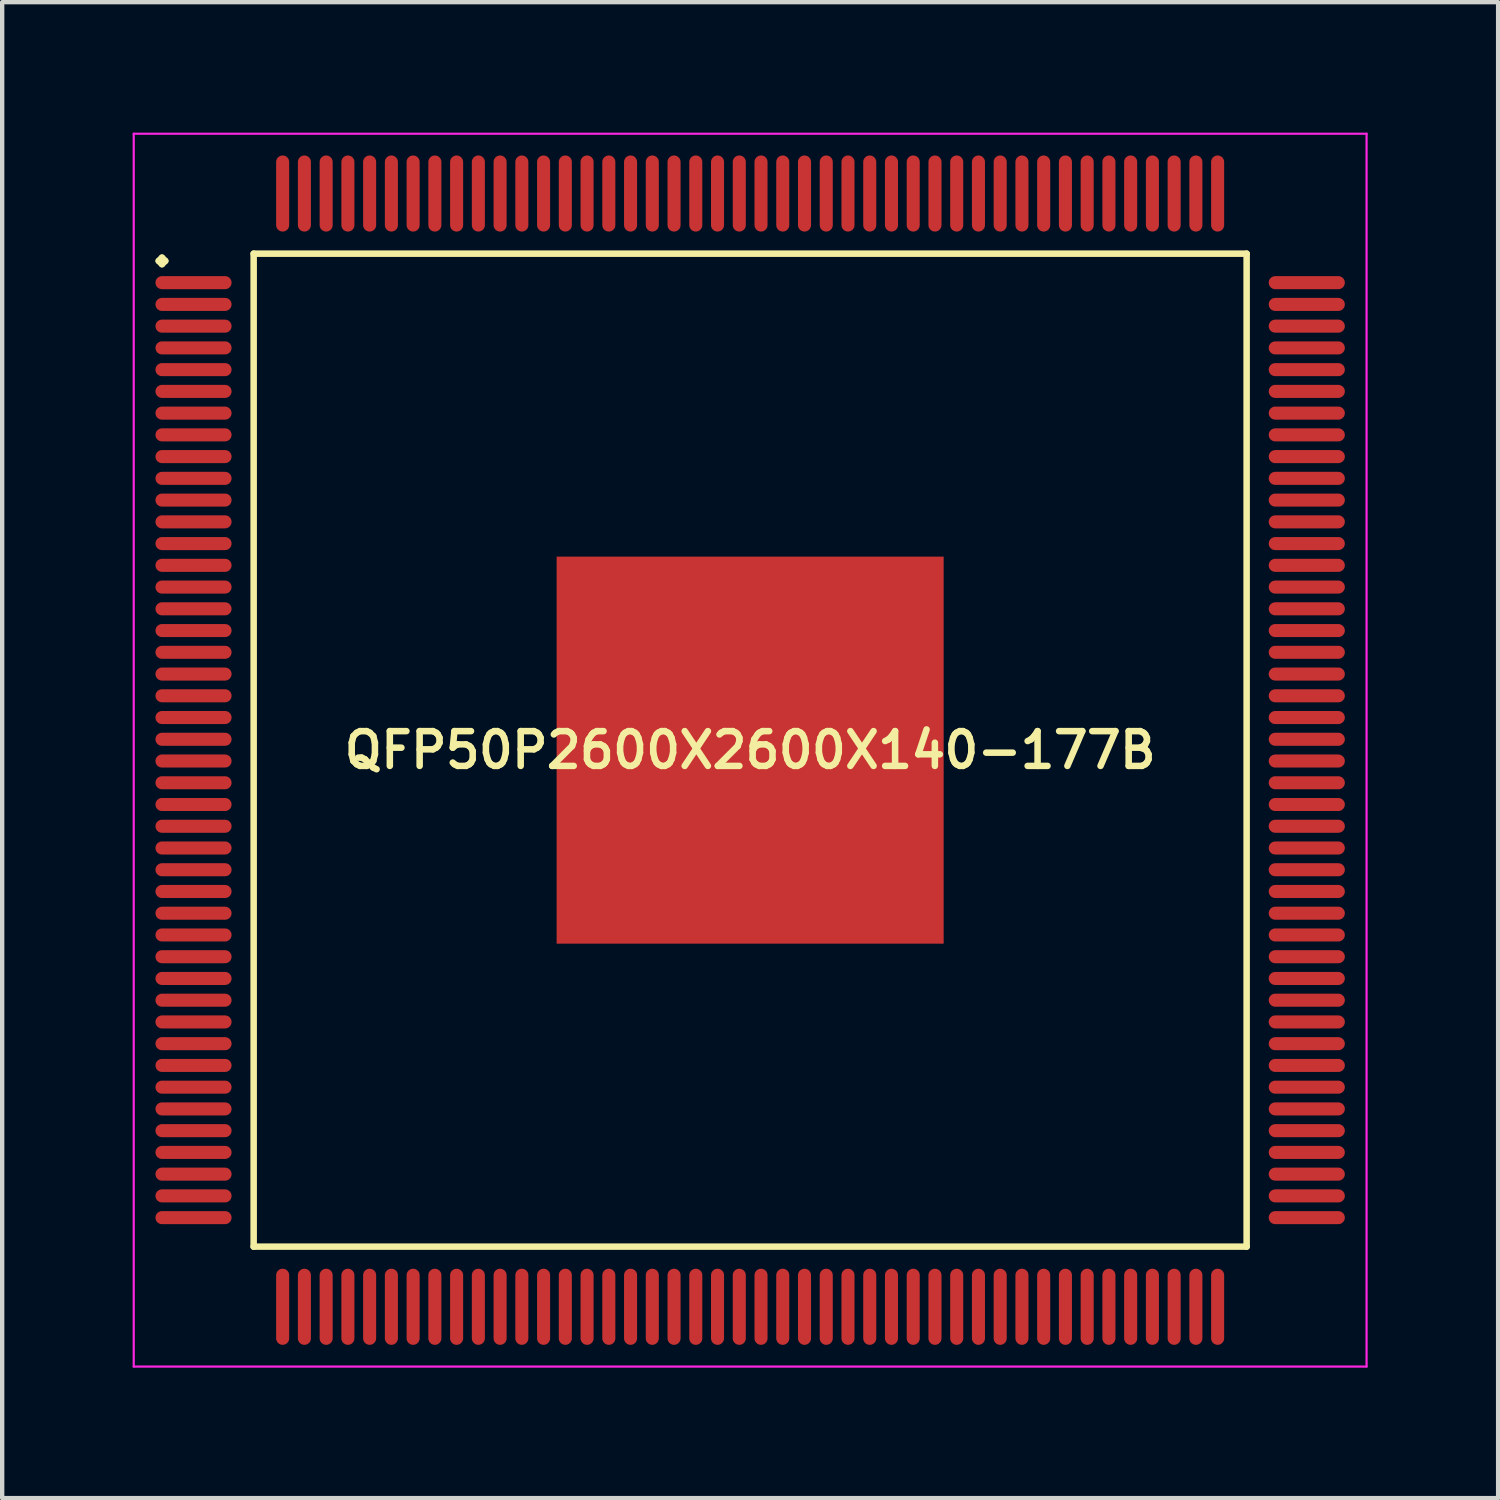
<source format=kicad_pcb>
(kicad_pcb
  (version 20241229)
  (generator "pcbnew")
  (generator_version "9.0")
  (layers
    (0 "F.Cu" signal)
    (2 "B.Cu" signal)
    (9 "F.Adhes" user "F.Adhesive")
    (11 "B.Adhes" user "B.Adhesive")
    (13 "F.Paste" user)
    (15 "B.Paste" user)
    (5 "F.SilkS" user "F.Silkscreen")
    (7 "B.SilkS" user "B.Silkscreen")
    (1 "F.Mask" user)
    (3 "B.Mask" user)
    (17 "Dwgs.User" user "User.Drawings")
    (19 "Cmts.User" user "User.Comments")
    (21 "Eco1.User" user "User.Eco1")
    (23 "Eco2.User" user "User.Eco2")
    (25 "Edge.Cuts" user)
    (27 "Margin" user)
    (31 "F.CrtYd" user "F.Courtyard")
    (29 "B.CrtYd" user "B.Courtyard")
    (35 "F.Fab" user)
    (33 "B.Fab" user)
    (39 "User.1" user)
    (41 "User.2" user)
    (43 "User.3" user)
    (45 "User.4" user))
  (footprint "QFP50P2600X2600X140-177B"
    (layer "F.Cu")
    (at 14.2 14.2)
    (property "Reference" "QFP50P2600X2600X140-177B" (at 0 0 0) (layer "F.SilkS") (effects (font (size 0.8 0.8) (thickness 0.15))))
    (attr smd)
    (fp_line (start -13.6 -11.25) (end -13.525 -11.325) (stroke (width 0.15) (type solid)) (layer "F.SilkS"))
    (fp_line (start -13.525 -11.325) (end -13.45 -11.25) (stroke (width 0.15) (type solid)) (layer "F.SilkS"))
    (fp_line (start -13.525 -11.175) (end -13.6 -11.25) (stroke (width 0.15) (type solid)) (layer "F.SilkS"))
    (fp_line (start -13.45 -11.25) (end -13.525 -11.175) (stroke (width 0.15) (type solid)) (layer "F.SilkS"))
    (fp_line (start -11.417 -11.417) (end -11.417 11.417) (stroke (width 0.15) (type solid)) (layer "F.SilkS"))
    (fp_line (start -11.417 11.417) (end 11.417 11.417) (stroke (width 0.15) (type solid)) (layer "F.SilkS"))
    (fp_line (start 11.417 -11.417) (end -11.417 -11.417) (stroke (width 0.15) (type solid)) (layer "F.SilkS"))
    (fp_line (start 11.417 11.417) (end 11.417 -11.417) (stroke (width 0.15) (type solid)) (layer "F.SilkS"))
    (fp_line (start -14.175 -14.175) (end 14.175 -14.175) (stroke (width 0.05) (type solid)) (layer "F.CrtYd"))
    (fp_line (start -14.175 14.175) (end -14.175 -14.175) (stroke (width 0.05) (type solid)) (layer "F.CrtYd"))
    (fp_line (start 14.175 -14.175) (end 14.175 14.175) (stroke (width 0.05) (type solid)) (layer "F.CrtYd"))
    (fp_line (start 14.175 14.175) (end -14.175 14.175) (stroke (width 0.05) (type solid)) (layer "F.CrtYd"))
    (pad "1" smd oval (at -12.8 -10.75) (size 1.75 0.3) (layers "F.Cu" "F.Mask" "F.Paste"))
    (pad "2" smd oval (at -12.8 -10.25) (size 1.75 0.3) (layers "F.Cu" "F.Mask" "F.Paste"))
    (pad "3" smd oval (at -12.8 -9.75) (size 1.75 0.3) (layers "F.Cu" "F.Mask" "F.Paste"))
    (pad "4" smd oval (at -12.8 -9.25) (size 1.75 0.3) (layers "F.Cu" "F.Mask" "F.Paste"))
    (pad "5" smd oval (at -12.8 -8.75) (size 1.75 0.3) (layers "F.Cu" "F.Mask" "F.Paste"))
    (pad "6" smd oval (at -12.8 -8.25) (size 1.75 0.3) (layers "F.Cu" "F.Mask" "F.Paste"))
    (pad "7" smd oval (at -12.8 -7.75) (size 1.75 0.3) (layers "F.Cu" "F.Mask" "F.Paste"))
    (pad "8" smd oval (at -12.8 -7.25) (size 1.75 0.3) (layers "F.Cu" "F.Mask" "F.Paste"))
    (pad "9" smd oval (at -12.8 -6.75) (size 1.75 0.3) (layers "F.Cu" "F.Mask" "F.Paste"))
    (pad "10" smd oval (at -12.8 -6.25) (size 1.75 0.3) (layers "F.Cu" "F.Mask" "F.Paste"))
    (pad "11" smd oval (at -12.8 -5.75) (size 1.75 0.3) (layers "F.Cu" "F.Mask" "F.Paste"))
    (pad "12" smd oval (at -12.8 -5.25) (size 1.75 0.3) (layers "F.Cu" "F.Mask" "F.Paste"))
    (pad "13" smd oval (at -12.8 -4.75) (size 1.75 0.3) (layers "F.Cu" "F.Mask" "F.Paste"))
    (pad "14" smd oval (at -12.8 -4.25) (size 1.75 0.3) (layers "F.Cu" "F.Mask" "F.Paste"))
    (pad "15" smd oval (at -12.8 -3.75) (size 1.75 0.3) (layers "F.Cu" "F.Mask" "F.Paste"))
    (pad "16" smd oval (at -12.8 -3.25) (size 1.75 0.3) (layers "F.Cu" "F.Mask" "F.Paste"))
    (pad "17" smd oval (at -12.8 -2.75) (size 1.75 0.3) (layers "F.Cu" "F.Mask" "F.Paste"))
    (pad "18" smd oval (at -12.8 -2.25) (size 1.75 0.3) (layers "F.Cu" "F.Mask" "F.Paste"))
    (pad "19" smd oval (at -12.8 -1.75) (size 1.75 0.3) (layers "F.Cu" "F.Mask" "F.Paste"))
    (pad "20" smd oval (at -12.8 -1.25) (size 1.75 0.3) (layers "F.Cu" "F.Mask" "F.Paste"))
    (pad "21" smd oval (at -12.8 -0.75) (size 1.75 0.3) (layers "F.Cu" "F.Mask" "F.Paste"))
    (pad "22" smd oval (at -12.8 -0.25) (size 1.75 0.3) (layers "F.Cu" "F.Mask" "F.Paste"))
    (pad "23" smd oval (at -12.8 0.25) (size 1.75 0.3) (layers "F.Cu" "F.Mask" "F.Paste"))
    (pad "24" smd oval (at -12.8 0.75) (size 1.75 0.3) (layers "F.Cu" "F.Mask" "F.Paste"))
    (pad "25" smd oval (at -12.8 1.25) (size 1.75 0.3) (layers "F.Cu" "F.Mask" "F.Paste"))
    (pad "26" smd oval (at -12.8 1.75) (size 1.75 0.3) (layers "F.Cu" "F.Mask" "F.Paste"))
    (pad "27" smd oval (at -12.8 2.25) (size 1.75 0.3) (layers "F.Cu" "F.Mask" "F.Paste"))
    (pad "28" smd oval (at -12.8 2.75) (size 1.75 0.3) (layers "F.Cu" "F.Mask" "F.Paste"))
    (pad "29" smd oval (at -12.8 3.25) (size 1.75 0.3) (layers "F.Cu" "F.Mask" "F.Paste"))
    (pad "30" smd oval (at -12.8 3.75) (size 1.75 0.3) (layers "F.Cu" "F.Mask" "F.Paste"))
    (pad "31" smd oval (at -12.8 4.25) (size 1.75 0.3) (layers "F.Cu" "F.Mask" "F.Paste"))
    (pad "32" smd oval (at -12.8 4.75) (size 1.75 0.3) (layers "F.Cu" "F.Mask" "F.Paste"))
    (pad "33" smd oval (at -12.8 5.25) (size 1.75 0.3) (layers "F.Cu" "F.Mask" "F.Paste"))
    (pad "34" smd oval (at -12.8 5.75) (size 1.75 0.3) (layers "F.Cu" "F.Mask" "F.Paste"))
    (pad "35" smd oval (at -12.8 6.25) (size 1.75 0.3) (layers "F.Cu" "F.Mask" "F.Paste"))
    (pad "36" smd oval (at -12.8 6.75) (size 1.75 0.3) (layers "F.Cu" "F.Mask" "F.Paste"))
    (pad "37" smd oval (at -12.8 7.25) (size 1.75 0.3) (layers "F.Cu" "F.Mask" "F.Paste"))
    (pad "38" smd oval (at -12.8 7.75) (size 1.75 0.3) (layers "F.Cu" "F.Mask" "F.Paste"))
    (pad "39" smd oval (at -12.8 8.25) (size 1.75 0.3) (layers "F.Cu" "F.Mask" "F.Paste"))
    (pad "40" smd oval (at -12.8 8.75) (size 1.75 0.3) (layers "F.Cu" "F.Mask" "F.Paste"))
    (pad "41" smd oval (at -12.8 9.25) (size 1.75 0.3) (layers "F.Cu" "F.Mask" "F.Paste"))
    (pad "42" smd oval (at -12.8 9.75) (size 1.75 0.3) (layers "F.Cu" "F.Mask" "F.Paste"))
    (pad "43" smd oval (at -12.8 10.25) (size 1.75 0.3) (layers "F.Cu" "F.Mask" "F.Paste"))
    (pad "44" smd oval (at -12.8 10.75) (size 1.75 0.3) (layers "F.Cu" "F.Mask" "F.Paste"))
    (pad "45" smd oval (at -10.75 12.8) (size 0.3 1.75) (layers "F.Cu" "F.Mask" "F.Paste"))
    (pad "46" smd oval (at -10.25 12.8) (size 0.3 1.75) (layers "F.Cu" "F.Mask" "F.Paste"))
    (pad "47" smd oval (at -9.75 12.8) (size 0.3 1.75) (layers "F.Cu" "F.Mask" "F.Paste"))
    (pad "48" smd oval (at -9.25 12.8) (size 0.3 1.75) (layers "F.Cu" "F.Mask" "F.Paste"))
    (pad "49" smd oval (at -8.75 12.8) (size 0.3 1.75) (layers "F.Cu" "F.Mask" "F.Paste"))
    (pad "50" smd oval (at -8.25 12.8) (size 0.3 1.75) (layers "F.Cu" "F.Mask" "F.Paste"))
    (pad "51" smd oval (at -7.75 12.8) (size 0.3 1.75) (layers "F.Cu" "F.Mask" "F.Paste"))
    (pad "52" smd oval (at -7.25 12.8) (size 0.3 1.75) (layers "F.Cu" "F.Mask" "F.Paste"))
    (pad "53" smd oval (at -6.75 12.8) (size 0.3 1.75) (layers "F.Cu" "F.Mask" "F.Paste"))
    (pad "54" smd oval (at -6.25 12.8) (size 0.3 1.75) (layers "F.Cu" "F.Mask" "F.Paste"))
    (pad "55" smd oval (at -5.75 12.8) (size 0.3 1.75) (layers "F.Cu" "F.Mask" "F.Paste"))
    (pad "56" smd oval (at -5.25 12.8) (size 0.3 1.75) (layers "F.Cu" "F.Mask" "F.Paste"))
    (pad "57" smd oval (at -4.75 12.8) (size 0.3 1.75) (layers "F.Cu" "F.Mask" "F.Paste"))
    (pad "58" smd oval (at -4.25 12.8) (size 0.3 1.75) (layers "F.Cu" "F.Mask" "F.Paste"))
    (pad "59" smd oval (at -3.75 12.8) (size 0.3 1.75) (layers "F.Cu" "F.Mask" "F.Paste"))
    (pad "60" smd oval (at -3.25 12.8) (size 0.3 1.75) (layers "F.Cu" "F.Mask" "F.Paste"))
    (pad "61" smd oval (at -2.75 12.8) (size 0.3 1.75) (layers "F.Cu" "F.Mask" "F.Paste"))
    (pad "62" smd oval (at -2.25 12.8) (size 0.3 1.75) (layers "F.Cu" "F.Mask" "F.Paste"))
    (pad "63" smd oval (at -1.75 12.8) (size 0.3 1.75) (layers "F.Cu" "F.Mask" "F.Paste"))
    (pad "64" smd oval (at -1.25 12.8) (size 0.3 1.75) (layers "F.Cu" "F.Mask" "F.Paste"))
    (pad "65" smd oval (at -0.75 12.8) (size 0.3 1.75) (layers "F.Cu" "F.Mask" "F.Paste"))
    (pad "66" smd oval (at -0.25 12.8) (size 0.3 1.75) (layers "F.Cu" "F.Mask" "F.Paste"))
    (pad "67" smd oval (at 0.25 12.8) (size 0.3 1.75) (layers "F.Cu" "F.Mask" "F.Paste"))
    (pad "68" smd oval (at 0.75 12.8) (size 0.3 1.75) (layers "F.Cu" "F.Mask" "F.Paste"))
    (pad "69" smd oval (at 1.25 12.8) (size 0.3 1.75) (layers "F.Cu" "F.Mask" "F.Paste"))
    (pad "70" smd oval (at 1.75 12.8) (size 0.3 1.75) (layers "F.Cu" "F.Mask" "F.Paste"))
    (pad "71" smd oval (at 2.25 12.8) (size 0.3 1.75) (layers "F.Cu" "F.Mask" "F.Paste"))
    (pad "72" smd oval (at 2.75 12.8) (size 0.3 1.75) (layers "F.Cu" "F.Mask" "F.Paste"))
    (pad "73" smd oval (at 3.25 12.8) (size 0.3 1.75) (layers "F.Cu" "F.Mask" "F.Paste"))
    (pad "74" smd oval (at 3.75 12.8) (size 0.3 1.75) (layers "F.Cu" "F.Mask" "F.Paste"))
    (pad "75" smd oval (at 4.25 12.8) (size 0.3 1.75) (layers "F.Cu" "F.Mask" "F.Paste"))
    (pad "76" smd oval (at 4.75 12.8) (size 0.3 1.75) (layers "F.Cu" "F.Mask" "F.Paste"))
    (pad "77" smd oval (at 5.25 12.8) (size 0.3 1.75) (layers "F.Cu" "F.Mask" "F.Paste"))
    (pad "78" smd oval (at 5.75 12.8) (size 0.3 1.75) (layers "F.Cu" "F.Mask" "F.Paste"))
    (pad "79" smd oval (at 6.25 12.8) (size 0.3 1.75) (layers "F.Cu" "F.Mask" "F.Paste"))
    (pad "80" smd oval (at 6.75 12.8) (size 0.3 1.75) (layers "F.Cu" "F.Mask" "F.Paste"))
    (pad "81" smd oval (at 7.25 12.8) (size 0.3 1.75) (layers "F.Cu" "F.Mask" "F.Paste"))
    (pad "82" smd oval (at 7.75 12.8) (size 0.3 1.75) (layers "F.Cu" "F.Mask" "F.Paste"))
    (pad "83" smd oval (at 8.25 12.8) (size 0.3 1.75) (layers "F.Cu" "F.Mask" "F.Paste"))
    (pad "84" smd oval (at 8.75 12.8) (size 0.3 1.75) (layers "F.Cu" "F.Mask" "F.Paste"))
    (pad "85" smd oval (at 9.25 12.8) (size 0.3 1.75) (layers "F.Cu" "F.Mask" "F.Paste"))
    (pad "86" smd oval (at 9.75 12.8) (size 0.3 1.75) (layers "F.Cu" "F.Mask" "F.Paste"))
    (pad "87" smd oval (at 10.25 12.8) (size 0.3 1.75) (layers "F.Cu" "F.Mask" "F.Paste"))
    (pad "88" smd oval (at 10.75 12.8) (size 0.3 1.75) (layers "F.Cu" "F.Mask" "F.Paste"))
    (pad "89" smd oval (at 12.8 10.75) (size 1.75 0.3) (layers "F.Cu" "F.Mask" "F.Paste"))
    (pad "90" smd oval (at 12.8 10.25) (size 1.75 0.3) (layers "F.Cu" "F.Mask" "F.Paste"))
    (pad "91" smd oval (at 12.8 9.75) (size 1.75 0.3) (layers "F.Cu" "F.Mask" "F.Paste"))
    (pad "92" smd oval (at 12.8 9.25) (size 1.75 0.3) (layers "F.Cu" "F.Mask" "F.Paste"))
    (pad "93" smd oval (at 12.8 8.75) (size 1.75 0.3) (layers "F.Cu" "F.Mask" "F.Paste"))
    (pad "94" smd oval (at 12.8 8.25) (size 1.75 0.3) (layers "F.Cu" "F.Mask" "F.Paste"))
    (pad "95" smd oval (at 12.8 7.75) (size 1.75 0.3) (layers "F.Cu" "F.Mask" "F.Paste"))
    (pad "96" smd oval (at 12.8 7.25) (size 1.75 0.3) (layers "F.Cu" "F.Mask" "F.Paste"))
    (pad "97" smd oval (at 12.8 6.75) (size 1.75 0.3) (layers "F.Cu" "F.Mask" "F.Paste"))
    (pad "98" smd oval (at 12.8 6.25) (size 1.75 0.3) (layers "F.Cu" "F.Mask" "F.Paste"))
    (pad "99" smd oval (at 12.8 5.75) (size 1.75 0.3) (layers "F.Cu" "F.Mask" "F.Paste"))
    (pad "100" smd oval (at 12.8 5.25) (size 1.75 0.3) (layers "F.Cu" "F.Mask" "F.Paste"))
    (pad "101" smd oval (at 12.8 4.75) (size 1.75 0.3) (layers "F.Cu" "F.Mask" "F.Paste"))
    (pad "102" smd oval (at 12.8 4.25) (size 1.75 0.3) (layers "F.Cu" "F.Mask" "F.Paste"))
    (pad "103" smd oval (at 12.8 3.75) (size 1.75 0.3) (layers "F.Cu" "F.Mask" "F.Paste"))
    (pad "104" smd oval (at 12.8 3.25) (size 1.75 0.3) (layers "F.Cu" "F.Mask" "F.Paste"))
    (pad "105" smd oval (at 12.8 2.75) (size 1.75 0.3) (layers "F.Cu" "F.Mask" "F.Paste"))
    (pad "106" smd oval (at 12.8 2.25) (size 1.75 0.3) (layers "F.Cu" "F.Mask" "F.Paste"))
    (pad "107" smd oval (at 12.8 1.75) (size 1.75 0.3) (layers "F.Cu" "F.Mask" "F.Paste"))
    (pad "108" smd oval (at 12.8 1.25) (size 1.75 0.3) (layers "F.Cu" "F.Mask" "F.Paste"))
    (pad "109" smd oval (at 12.8 0.75) (size 1.75 0.3) (layers "F.Cu" "F.Mask" "F.Paste"))
    (pad "110" smd oval (at 12.8 0.25) (size 1.75 0.3) (layers "F.Cu" "F.Mask" "F.Paste"))
    (pad "111" smd oval (at 12.8 -0.25) (size 1.75 0.3) (layers "F.Cu" "F.Mask" "F.Paste"))
    (pad "112" smd oval (at 12.8 -0.75) (size 1.75 0.3) (layers "F.Cu" "F.Mask" "F.Paste"))
    (pad "113" smd oval (at 12.8 -1.25) (size 1.75 0.3) (layers "F.Cu" "F.Mask" "F.Paste"))
    (pad "114" smd oval (at 12.8 -1.75) (size 1.75 0.3) (layers "F.Cu" "F.Mask" "F.Paste"))
    (pad "115" smd oval (at 12.8 -2.25) (size 1.75 0.3) (layers "F.Cu" "F.Mask" "F.Paste"))
    (pad "116" smd oval (at 12.8 -2.75) (size 1.75 0.3) (layers "F.Cu" "F.Mask" "F.Paste"))
    (pad "117" smd oval (at 12.8 -3.25) (size 1.75 0.3) (layers "F.Cu" "F.Mask" "F.Paste"))
    (pad "118" smd oval (at 12.8 -3.75) (size 1.75 0.3) (layers "F.Cu" "F.Mask" "F.Paste"))
    (pad "119" smd oval (at 12.8 -4.25) (size 1.75 0.3) (layers "F.Cu" "F.Mask" "F.Paste"))
    (pad "120" smd oval (at 12.8 -4.75) (size 1.75 0.3) (layers "F.Cu" "F.Mask" "F.Paste"))
    (pad "121" smd oval (at 12.8 -5.25) (size 1.75 0.3) (layers "F.Cu" "F.Mask" "F.Paste"))
    (pad "122" smd oval (at 12.8 -5.75) (size 1.75 0.3) (layers "F.Cu" "F.Mask" "F.Paste"))
    (pad "123" smd oval (at 12.8 -6.25) (size 1.75 0.3) (layers "F.Cu" "F.Mask" "F.Paste"))
    (pad "124" smd oval (at 12.8 -6.75) (size 1.75 0.3) (layers "F.Cu" "F.Mask" "F.Paste"))
    (pad "125" smd oval (at 12.8 -7.25) (size 1.75 0.3) (layers "F.Cu" "F.Mask" "F.Paste"))
    (pad "126" smd oval (at 12.8 -7.75) (size 1.75 0.3) (layers "F.Cu" "F.Mask" "F.Paste"))
    (pad "127" smd oval (at 12.8 -8.25) (size 1.75 0.3) (layers "F.Cu" "F.Mask" "F.Paste"))
    (pad "128" smd oval (at 12.8 -8.75) (size 1.75 0.3) (layers "F.Cu" "F.Mask" "F.Paste"))
    (pad "129" smd oval (at 12.8 -9.25) (size 1.75 0.3) (layers "F.Cu" "F.Mask" "F.Paste"))
    (pad "130" smd oval (at 12.8 -9.75) (size 1.75 0.3) (layers "F.Cu" "F.Mask" "F.Paste"))
    (pad "131" smd oval (at 12.8 -10.25) (size 1.75 0.3) (layers "F.Cu" "F.Mask" "F.Paste"))
    (pad "132" smd oval (at 12.8 -10.75) (size 1.75 0.3) (layers "F.Cu" "F.Mask" "F.Paste"))
    (pad "133" smd oval (at 10.75 -12.8) (size 0.3 1.75) (layers "F.Cu" "F.Mask" "F.Paste"))
    (pad "134" smd oval (at 10.25 -12.8) (size 0.3 1.75) (layers "F.Cu" "F.Mask" "F.Paste"))
    (pad "135" smd oval (at 9.75 -12.8) (size 0.3 1.75) (layers "F.Cu" "F.Mask" "F.Paste"))
    (pad "136" smd oval (at 9.25 -12.8) (size 0.3 1.75) (layers "F.Cu" "F.Mask" "F.Paste"))
    (pad "137" smd oval (at 8.75 -12.8) (size 0.3 1.75) (layers "F.Cu" "F.Mask" "F.Paste"))
    (pad "138" smd oval (at 8.25 -12.8) (size 0.3 1.75) (layers "F.Cu" "F.Mask" "F.Paste"))
    (pad "139" smd oval (at 7.75 -12.8) (size 0.3 1.75) (layers "F.Cu" "F.Mask" "F.Paste"))
    (pad "140" smd oval (at 7.25 -12.8) (size 0.3 1.75) (layers "F.Cu" "F.Mask" "F.Paste"))
    (pad "141" smd oval (at 6.75 -12.8) (size 0.3 1.75) (layers "F.Cu" "F.Mask" "F.Paste"))
    (pad "142" smd oval (at 6.25 -12.8) (size 0.3 1.75) (layers "F.Cu" "F.Mask" "F.Paste"))
    (pad "143" smd oval (at 5.75 -12.8) (size 0.3 1.75) (layers "F.Cu" "F.Mask" "F.Paste"))
    (pad "144" smd oval (at 5.25 -12.8) (size 0.3 1.75) (layers "F.Cu" "F.Mask" "F.Paste"))
    (pad "145" smd oval (at 4.75 -12.8) (size 0.3 1.75) (layers "F.Cu" "F.Mask" "F.Paste"))
    (pad "146" smd oval (at 4.25 -12.8) (size 0.3 1.75) (layers "F.Cu" "F.Mask" "F.Paste"))
    (pad "147" smd oval (at 3.75 -12.8) (size 0.3 1.75) (layers "F.Cu" "F.Mask" "F.Paste"))
    (pad "148" smd oval (at 3.25 -12.8) (size 0.3 1.75) (layers "F.Cu" "F.Mask" "F.Paste"))
    (pad "149" smd oval (at 2.75 -12.8) (size 0.3 1.75) (layers "F.Cu" "F.Mask" "F.Paste"))
    (pad "150" smd oval (at 2.25 -12.8) (size 0.3 1.75) (layers "F.Cu" "F.Mask" "F.Paste"))
    (pad "151" smd oval (at 1.75 -12.8) (size 0.3 1.75) (layers "F.Cu" "F.Mask" "F.Paste"))
    (pad "152" smd oval (at 1.25 -12.8) (size 0.3 1.75) (layers "F.Cu" "F.Mask" "F.Paste"))
    (pad "153" smd oval (at 0.75 -12.8) (size 0.3 1.75) (layers "F.Cu" "F.Mask" "F.Paste"))
    (pad "154" smd oval (at 0.25 -12.8) (size 0.3 1.75) (layers "F.Cu" "F.Mask" "F.Paste"))
    (pad "155" smd oval (at -0.25 -12.8) (size 0.3 1.75) (layers "F.Cu" "F.Mask" "F.Paste"))
    (pad "156" smd oval (at -0.75 -12.8) (size 0.3 1.75) (layers "F.Cu" "F.Mask" "F.Paste"))
    (pad "157" smd oval (at -1.25 -12.8) (size 0.3 1.75) (layers "F.Cu" "F.Mask" "F.Paste"))
    (pad "158" smd oval (at -1.75 -12.8) (size 0.3 1.75) (layers "F.Cu" "F.Mask" "F.Paste"))
    (pad "159" smd oval (at -2.25 -12.8) (size 0.3 1.75) (layers "F.Cu" "F.Mask" "F.Paste"))
    (pad "160" smd oval (at -2.75 -12.8) (size 0.3 1.75) (layers "F.Cu" "F.Mask" "F.Paste"))
    (pad "161" smd oval (at -3.25 -12.8) (size 0.3 1.75) (layers "F.Cu" "F.Mask" "F.Paste"))
    (pad "162" smd oval (at -3.75 -12.8) (size 0.3 1.75) (layers "F.Cu" "F.Mask" "F.Paste"))
    (pad "163" smd oval (at -4.25 -12.8) (size 0.3 1.75) (layers "F.Cu" "F.Mask" "F.Paste"))
    (pad "164" smd oval (at -4.75 -12.8) (size 0.3 1.75) (layers "F.Cu" "F.Mask" "F.Paste"))
    (pad "165" smd oval (at -5.25 -12.8) (size 0.3 1.75) (layers "F.Cu" "F.Mask" "F.Paste"))
    (pad "166" smd oval (at -5.75 -12.8) (size 0.3 1.75) (layers "F.Cu" "F.Mask" "F.Paste"))
    (pad "167" smd oval (at -6.25 -12.8) (size 0.3 1.75) (layers "F.Cu" "F.Mask" "F.Paste"))
    (pad "168" smd oval (at -6.75 -12.8) (size 0.3 1.75) (layers "F.Cu" "F.Mask" "F.Paste"))
    (pad "169" smd oval (at -7.25 -12.8) (size 0.3 1.75) (layers "F.Cu" "F.Mask" "F.Paste"))
    (pad "170" smd oval (at -7.75 -12.8) (size 0.3 1.75) (layers "F.Cu" "F.Mask" "F.Paste"))
    (pad "171" smd oval (at -8.25 -12.8) (size 0.3 1.75) (layers "F.Cu" "F.Mask" "F.Paste"))
    (pad "172" smd oval (at -8.75 -12.8) (size 0.3 1.75) (layers "F.Cu" "F.Mask" "F.Paste"))
    (pad "173" smd oval (at -9.25 -12.8) (size 0.3 1.75) (layers "F.Cu" "F.Mask" "F.Paste"))
    (pad "174" smd oval (at -9.75 -12.8) (size 0.3 1.75) (layers "F.Cu" "F.Mask" "F.Paste"))
    (pad "175" smd oval (at -10.25 -12.8) (size 0.3 1.75) (layers "F.Cu" "F.Mask" "F.Paste"))
    (pad "176" smd oval (at -10.75 -12.8) (size 0.3 1.75) (layers "F.Cu" "F.Mask" "F.Paste"))
    (pad "177" smd rect (at 0 0) (size 8.9 8.9) (layers "F.Cu" "F.Mask" "F.Paste")))
  (gr_rect
    (start -3 -3)
    (end 31.4 31.4)
    (stroke (width 0.1) (type default))
    (fill no)
    (layer "Edge.Cuts")))
</source>
